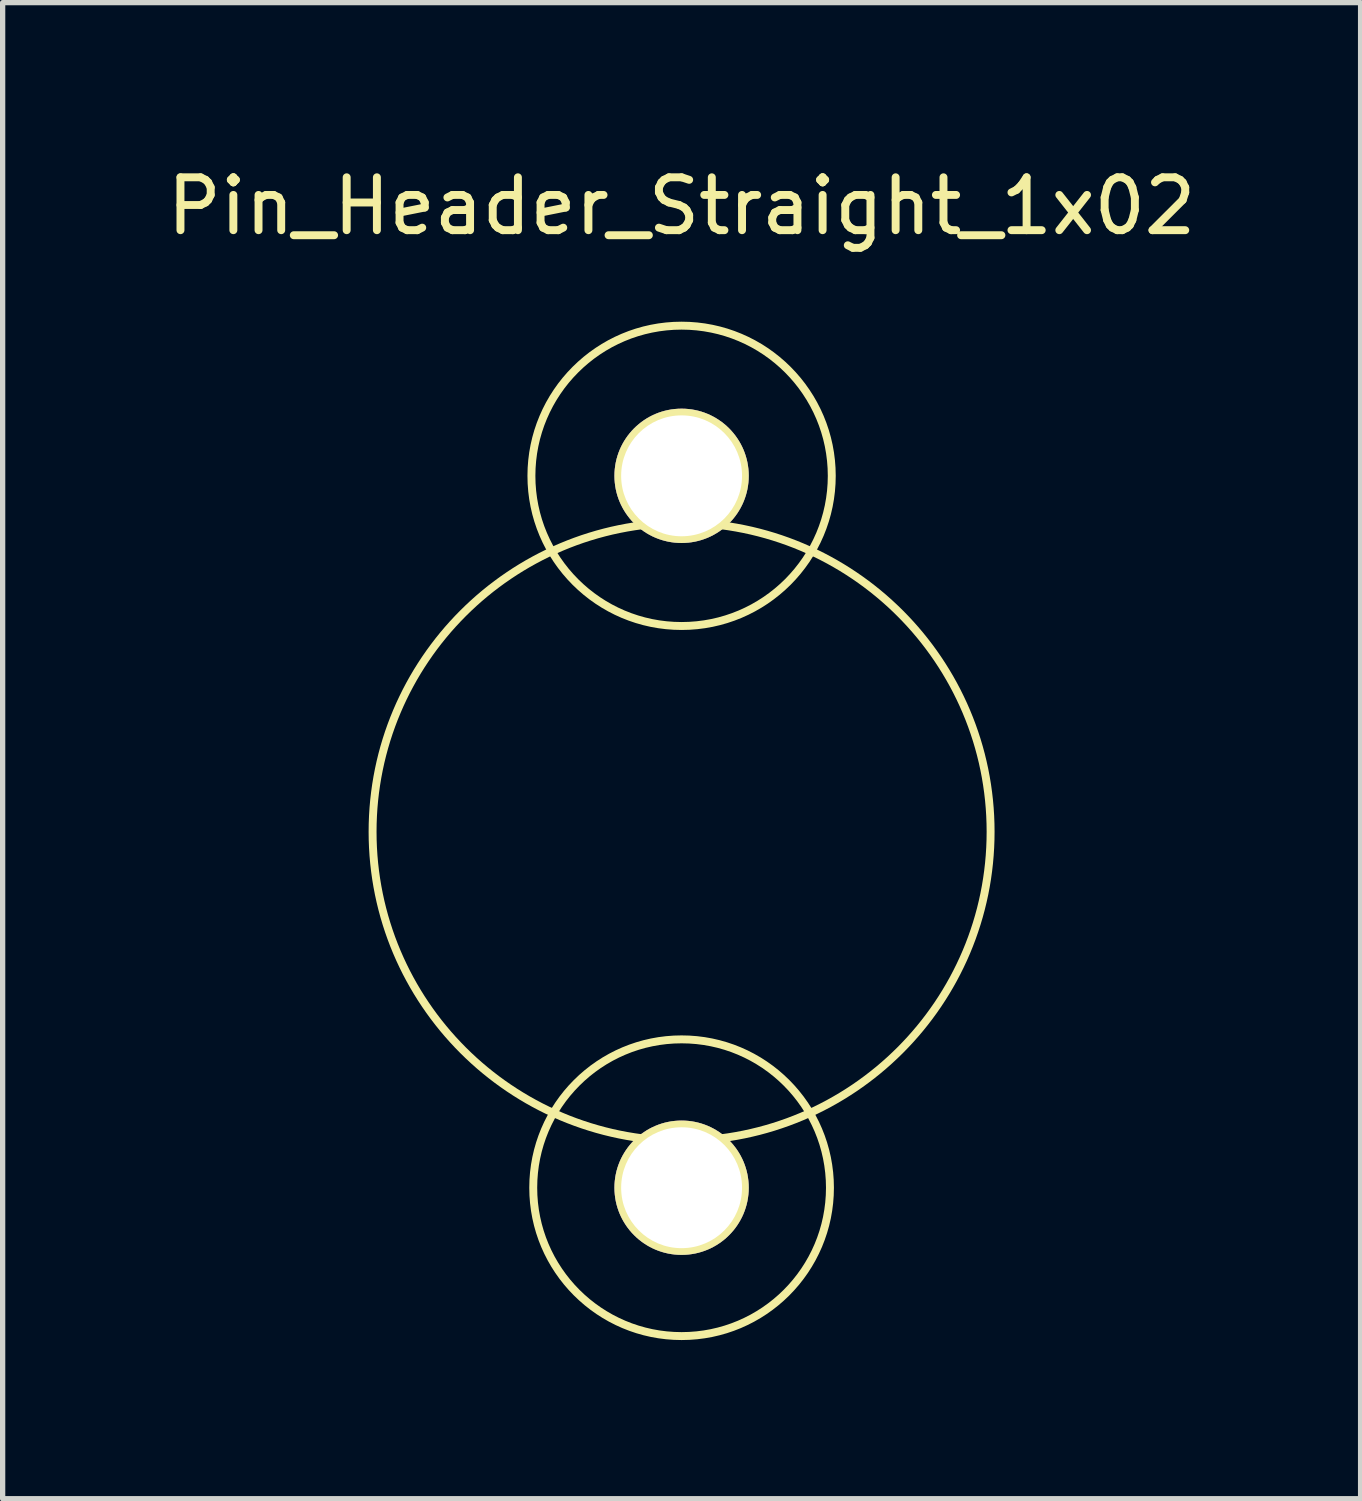
<source format=kicad_pcb>
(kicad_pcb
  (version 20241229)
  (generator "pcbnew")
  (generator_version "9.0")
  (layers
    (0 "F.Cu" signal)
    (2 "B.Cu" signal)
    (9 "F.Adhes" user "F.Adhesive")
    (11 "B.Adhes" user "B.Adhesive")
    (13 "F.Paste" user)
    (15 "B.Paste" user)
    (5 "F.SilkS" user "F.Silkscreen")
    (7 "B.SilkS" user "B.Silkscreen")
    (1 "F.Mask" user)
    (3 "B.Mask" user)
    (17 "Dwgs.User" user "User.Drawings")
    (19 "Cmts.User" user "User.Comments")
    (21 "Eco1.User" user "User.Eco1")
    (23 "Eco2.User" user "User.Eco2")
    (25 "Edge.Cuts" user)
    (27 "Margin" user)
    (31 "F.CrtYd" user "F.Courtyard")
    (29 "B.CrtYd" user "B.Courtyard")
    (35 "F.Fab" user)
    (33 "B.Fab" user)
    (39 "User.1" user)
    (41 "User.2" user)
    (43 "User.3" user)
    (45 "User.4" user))
  (footprint "Pin_Header_Straight_1x02"
    (layer "F.Cu")
    (at 9.839 5.948)
    (property "Reference" "Pin_Header_Straight_1x02" (at 0 -5.1 0) (layer "F.SilkS") (effects (font (size 1 1) (thickness 0.15))))
    (attr through_hole)
    (fp_circle (center 0 0) (end 0.508 -2.794) (stroke (width 0.15) (type solid)) (fill no) (layer "F.SilkS"))
    (fp_circle (center 0 6.731) (end -0.127 0.889) (stroke (width 0.15) (type solid)) (fill no) (layer "F.SilkS"))
    (fp_circle (center 0 13.462) (end 0.254 16.256) (stroke (width 0.15) (type solid)) (fill no) (layer "F.SilkS"))
    (pad "1" thru_hole circle (at 0 0) (size 2.54 2.54) (drill 2.286) (layers "*.Cu" "*.Mask" "F.SilkS"))
    (pad "2" thru_hole oval (at 0 13.462) (size 2.54 2.54) (drill 2.286) (layers "*.Cu" "*.Mask" "F.SilkS")))
  (gr_rect
    (start -3 -3)
    (end 22.679 25.291)
    (stroke (width 0.1) (type default))
    (fill no)
    (layer "Edge.Cuts")))
</source>
